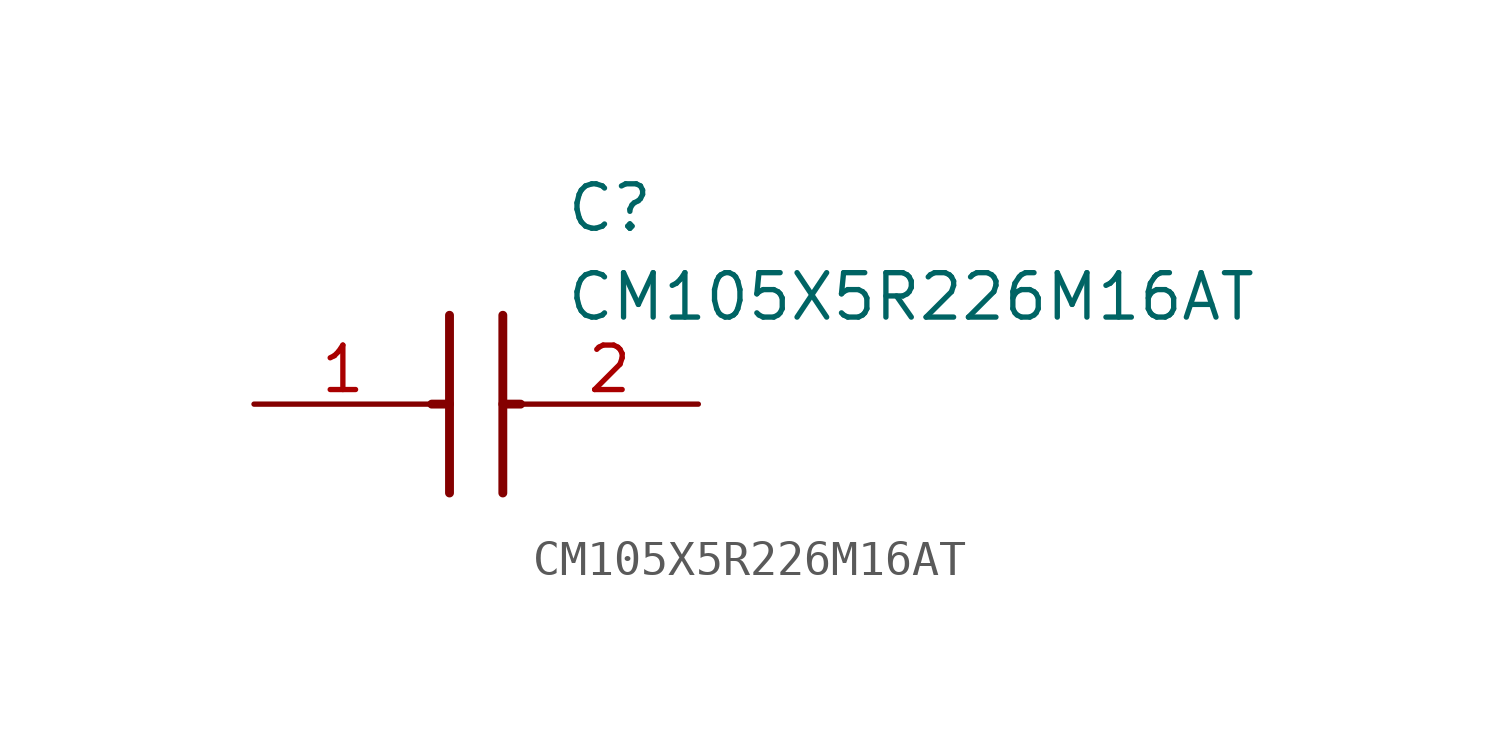
<source format=kicad_sym>
(kicad_symbol_lib
  (version 20211014)
  (generator SamacSys_ECAD_Model)
  (symbol "CM105X5R226M16AT"
    (pin_names hide)
    (property "Reference" "C"
      (at 8.89 6.35 0)
      (effects (font (size 1.27 1.27)) (justify left top)))
    (property "Value" "CM105X5R226M16AT"
      (at 8.89 3.81 0)
      (effects (font (size 1.27 1.27)) (justify left top)))
    (polyline
      (pts (xy 5.588 2.54) (xy 5.588 -2.54))
      (stroke (width 0.254) (type default))
      (fill (type none)))
    (polyline
      (pts (xy 7.112 2.54) (xy 7.112 -2.54))
      (stroke (width 0.254) (type default))
      (fill (type none)))
    (polyline
      (pts (xy 5.08 0) (xy 5.588 0))
      (stroke (width 0.254) (type default))
      (fill (type none)))
    (polyline
      (pts (xy 7.112 0) (xy 7.62 0))
      (stroke (width 0.254) (type default))
      (fill (type none)))
    (pin passive line
      (at 0 0 0)
      (length 5.08)
      (name "1" (effects (font (size 1.27 1.27))))
      (number "1" (effects (font (size 1.27 1.27)))))
    (pin passive line
      (at 12.7 0 180)
      (length 5.08)
      (name "2" (effects (font (size 1.27 1.27))))
      (number "2" (effects (font (size 1.27 1.27)))))))
</source>
